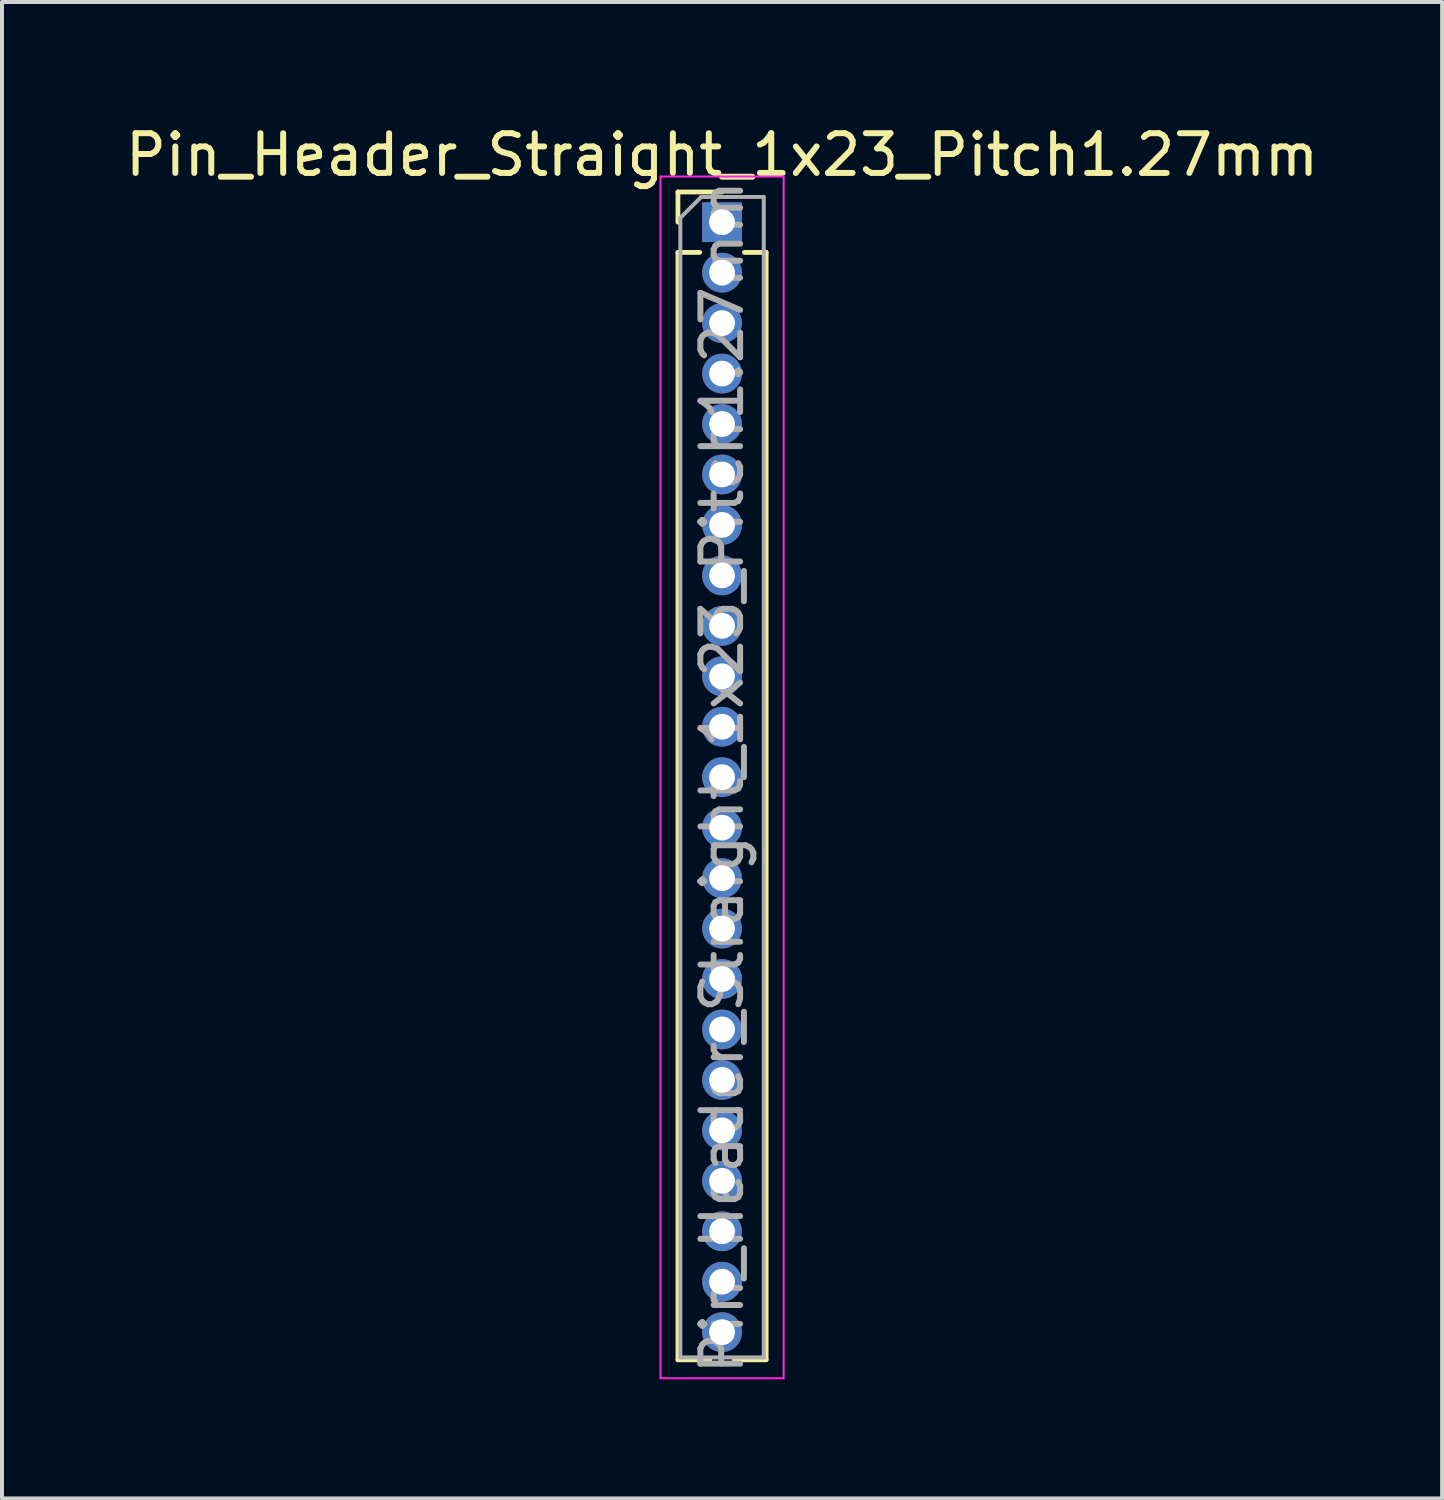
<source format=kicad_pcb>
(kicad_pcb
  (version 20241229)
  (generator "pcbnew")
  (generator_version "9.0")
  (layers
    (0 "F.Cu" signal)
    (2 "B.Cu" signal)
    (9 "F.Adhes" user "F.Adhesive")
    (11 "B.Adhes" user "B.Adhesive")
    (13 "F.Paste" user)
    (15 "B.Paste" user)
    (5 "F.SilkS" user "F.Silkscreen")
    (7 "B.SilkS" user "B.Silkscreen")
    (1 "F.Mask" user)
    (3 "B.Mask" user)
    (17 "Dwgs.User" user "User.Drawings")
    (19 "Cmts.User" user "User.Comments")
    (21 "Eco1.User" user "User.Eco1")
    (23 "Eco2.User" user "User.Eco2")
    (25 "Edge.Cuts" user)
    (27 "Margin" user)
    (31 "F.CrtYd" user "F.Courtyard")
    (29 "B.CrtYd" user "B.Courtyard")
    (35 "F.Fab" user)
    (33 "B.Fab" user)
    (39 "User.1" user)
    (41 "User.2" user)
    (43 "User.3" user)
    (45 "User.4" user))
  (footprint "Pin_Header_Straight_1x23_Pitch1.27mm"
    (layer "F.Cu")
    (at 15.125 2.543)
    (property "Reference" "Pin_Header_Straight_1x23_Pitch1.27mm" (at 0 -1.695 0) (layer "F.SilkS") (effects (font (size 1 1) (thickness 0.15))))
    (attr through_hole)
    (fp_line (start -1.11 -0.76) (end 0 -0.76) (stroke (width 0.12) (type solid)) (layer "F.SilkS"))
    (fp_line (start -1.11 0) (end -1.11 -0.76) (stroke (width 0.12) (type solid)) (layer "F.SilkS"))
    (fp_line (start -1.11 0.76) (end -1.11 28.635) (stroke (width 0.12) (type solid)) (layer "F.SilkS"))
    (fp_line (start -1.11 0.76) (end -0.563 0.76) (stroke (width 0.12) (type solid)) (layer "F.SilkS"))
    (fp_line (start -1.11 28.635) (end -0.308 28.635) (stroke (width 0.12) (type solid)) (layer "F.SilkS"))
    (fp_line (start 0.308 28.635) (end 1.11 28.635) (stroke (width 0.12) (type solid)) (layer "F.SilkS"))
    (fp_line (start 0.563 0.76) (end 1.11 0.76) (stroke (width 0.12) (type solid)) (layer "F.SilkS"))
    (fp_line (start 1.11 0.76) (end 1.11 28.635) (stroke (width 0.12) (type solid)) (layer "F.SilkS"))
    (fp_line (start -1.55 -1.15) (end -1.55 29.1) (stroke (width 0.05) (type solid)) (layer "F.CrtYd"))
    (fp_line (start -1.55 29.1) (end 1.55 29.1) (stroke (width 0.05) (type solid)) (layer "F.CrtYd"))
    (fp_line (start 1.55 -1.15) (end -1.55 -1.15) (stroke (width 0.05) (type solid)) (layer "F.CrtYd"))
    (fp_line (start 1.55 29.1) (end 1.55 -1.15) (stroke (width 0.05) (type solid)) (layer "F.CrtYd"))
    (fp_line (start -1.05 -0.11) (end -0.525 -0.635) (stroke (width 0.1) (type solid)) (layer "F.Fab"))
    (fp_line (start -1.05 28.575) (end -1.05 -0.11) (stroke (width 0.1) (type solid)) (layer "F.Fab"))
    (fp_line (start -0.525 -0.635) (end 1.05 -0.635) (stroke (width 0.1) (type solid)) (layer "F.Fab"))
    (fp_line (start 1.05 -0.635) (end 1.05 28.575) (stroke (width 0.1) (type solid)) (layer "F.Fab"))
    (fp_line (start 1.05 28.575) (end -1.05 28.575) (stroke (width 0.1) (type solid)) (layer "F.Fab"))
    (fp_text user "${REFERENCE}" (at 0 13.97 90) (layer "F.Fab") (effects (font (size 1 1) (thickness 0.15))))
    (pad "1" thru_hole rect (at 0 0) (size 1 1) (drill 0.65) (layers "*.Cu" "*.Mask"))
    (pad "2" thru_hole oval (at 0 1.27) (size 1 1) (drill 0.65) (layers "*.Cu" "*.Mask"))
    (pad "3" thru_hole oval (at 0 2.54) (size 1 1) (drill 0.65) (layers "*.Cu" "*.Mask"))
    (pad "4" thru_hole oval (at 0 3.81) (size 1 1) (drill 0.65) (layers "*.Cu" "*.Mask"))
    (pad "5" thru_hole oval (at 0 5.08) (size 1 1) (drill 0.65) (layers "*.Cu" "*.Mask"))
    (pad "6" thru_hole oval (at 0 6.35) (size 1 1) (drill 0.65) (layers "*.Cu" "*.Mask"))
    (pad "7" thru_hole oval (at 0 7.62) (size 1 1) (drill 0.65) (layers "*.Cu" "*.Mask"))
    (pad "8" thru_hole oval (at 0 8.89) (size 1 1) (drill 0.65) (layers "*.Cu" "*.Mask"))
    (pad "9" thru_hole oval (at 0 10.16) (size 1 1) (drill 0.65) (layers "*.Cu" "*.Mask"))
    (pad "10" thru_hole oval (at 0 11.43) (size 1 1) (drill 0.65) (layers "*.Cu" "*.Mask"))
    (pad "11" thru_hole oval (at 0 12.7) (size 1 1) (drill 0.65) (layers "*.Cu" "*.Mask"))
    (pad "12" thru_hole oval (at 0 13.97) (size 1 1) (drill 0.65) (layers "*.Cu" "*.Mask"))
    (pad "13" thru_hole oval (at 0 15.24) (size 1 1) (drill 0.65) (layers "*.Cu" "*.Mask"))
    (pad "14" thru_hole oval (at 0 16.51) (size 1 1) (drill 0.65) (layers "*.Cu" "*.Mask"))
    (pad "15" thru_hole oval (at 0 17.78) (size 1 1) (drill 0.65) (layers "*.Cu" "*.Mask"))
    (pad "16" thru_hole oval (at 0 19.05) (size 1 1) (drill 0.65) (layers "*.Cu" "*.Mask"))
    (pad "17" thru_hole oval (at 0 20.32) (size 1 1) (drill 0.65) (layers "*.Cu" "*.Mask"))
    (pad "18" thru_hole oval (at 0 21.59) (size 1 1) (drill 0.65) (layers "*.Cu" "*.Mask"))
    (pad "19" thru_hole oval (at 0 22.86) (size 1 1) (drill 0.65) (layers "*.Cu" "*.Mask"))
    (pad "20" thru_hole oval (at 0 24.13) (size 1 1) (drill 0.65) (layers "*.Cu" "*.Mask"))
    (pad "21" thru_hole oval (at 0 25.4) (size 1 1) (drill 0.65) (layers "*.Cu" "*.Mask"))
    (pad "22" thru_hole oval (at 0 26.67) (size 1 1) (drill 0.65) (layers "*.Cu" "*.Mask"))
    (pad "23" thru_hole oval (at 0 27.94) (size 1 1) (drill 0.65) (layers "*.Cu" "*.Mask")))
  (gr_rect
    (start -3 -3)
    (end 33.25 34.668)
    (stroke (width 0.1) (type default))
    (fill no)
    (layer "Edge.Cuts")))
</source>
